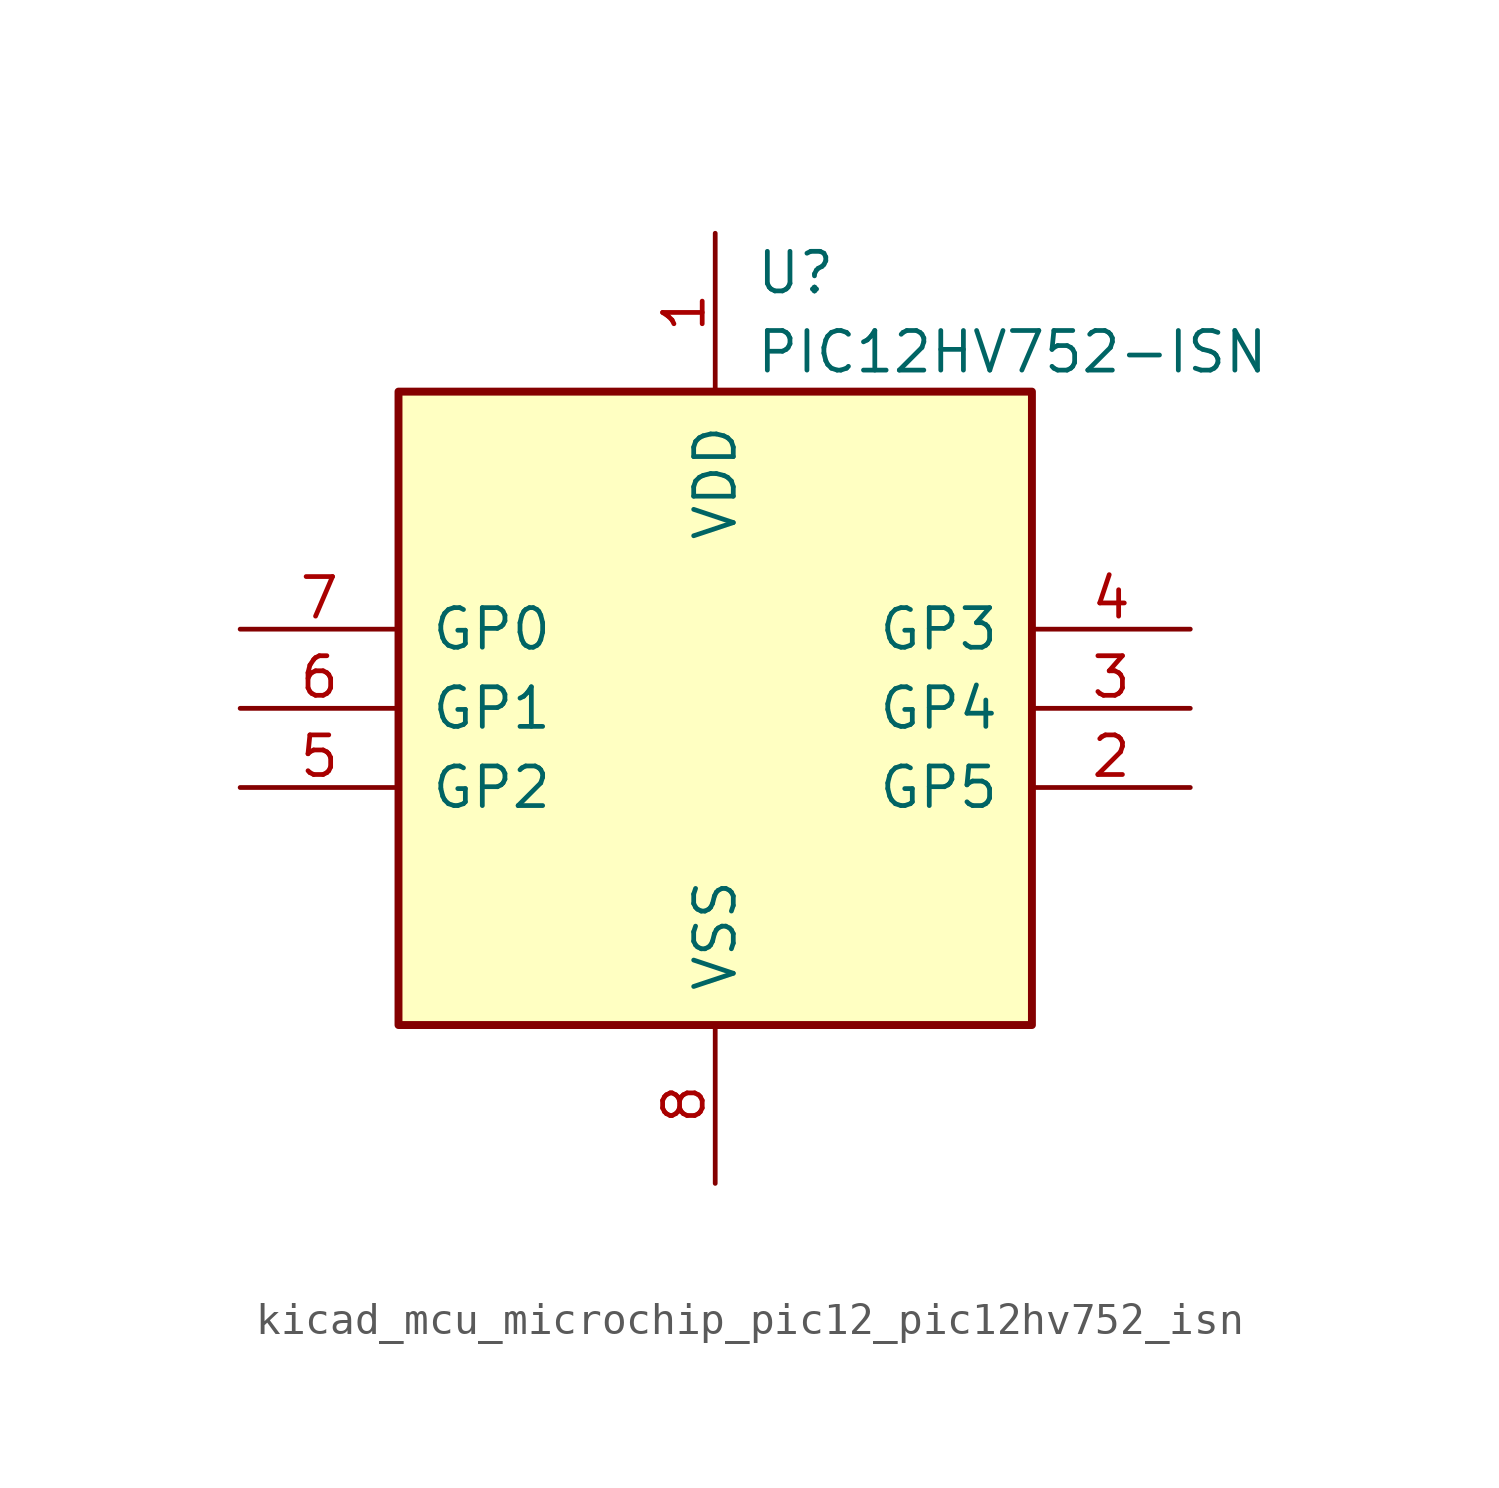
<source format=kicad_sym>
(kicad_symbol_lib
  (version 20220914)
  (generator kicad_symbol_editor)
  (symbol "kicad_mcu_microchip_pic12_pic12hv752_isn"
    (pin_names
      (offset 1.016))
    (property "Reference" "U"
      (at 1.27 13.97 0)
      (effects (font (size 1.27 1.27)) (justify left)))
    (property "Value" "PIC12HV752-ISN"
      (at 1.27 11.43 0)
      (effects (font (size 1.27 1.27)) (justify left)))
    (symbol "kicad_mcu_microchip_pic12_pic12hv752_isn_0_1"
      (rectangle (start 10.16 -10.16) (end -10.16 10.16) (stroke (width 0.254) (type default)) (fill (type background))))
    (symbol "kicad_mcu_microchip_pic12_pic12hv752_isn_1_1"
      (pin power_in line (at 0 15.24 270) (length 5.08) (name "VDD" (effects (font (size 1.27 1.27)))) (number "1" (effects (font (size 1.27 1.27)))))
      (pin bidirectional line (at 15.24 -2.54 180) (length 5.08) (name "GP5" (effects (font (size 1.27 1.27)))) (number "2" (effects (font (size 1.27 1.27)))))
      (pin bidirectional line (at 15.24 0 180) (length 5.08) (name "GP4" (effects (font (size 1.27 1.27)))) (number "3" (effects (font (size 1.27 1.27)))))
      (pin input line (at 15.24 2.54 180) (length 5.08) (name "GP3" (effects (font (size 1.27 1.27)))) (number "4" (effects (font (size 1.27 1.27)))))
      (pin bidirectional line (at -15.24 -2.54 0) (length 5.08) (name "GP2" (effects (font (size 1.27 1.27)))) (number "5" (effects (font (size 1.27 1.27)))))
      (pin bidirectional line (at -15.24 0 0) (length 5.08) (name "GP1" (effects (font (size 1.27 1.27)))) (number "6" (effects (font (size 1.27 1.27)))))
      (pin bidirectional line (at -15.24 2.54 0) (length 5.08) (name "GP0" (effects (font (size 1.27 1.27)))) (number "7" (effects (font (size 1.27 1.27)))))
      (pin power_in line (at 0 -15.24 90) (length 5.08) (name "VSS" (effects (font (size 1.27 1.27)))) (number "8" (effects (font (size 1.27 1.27))))))))
</source>
